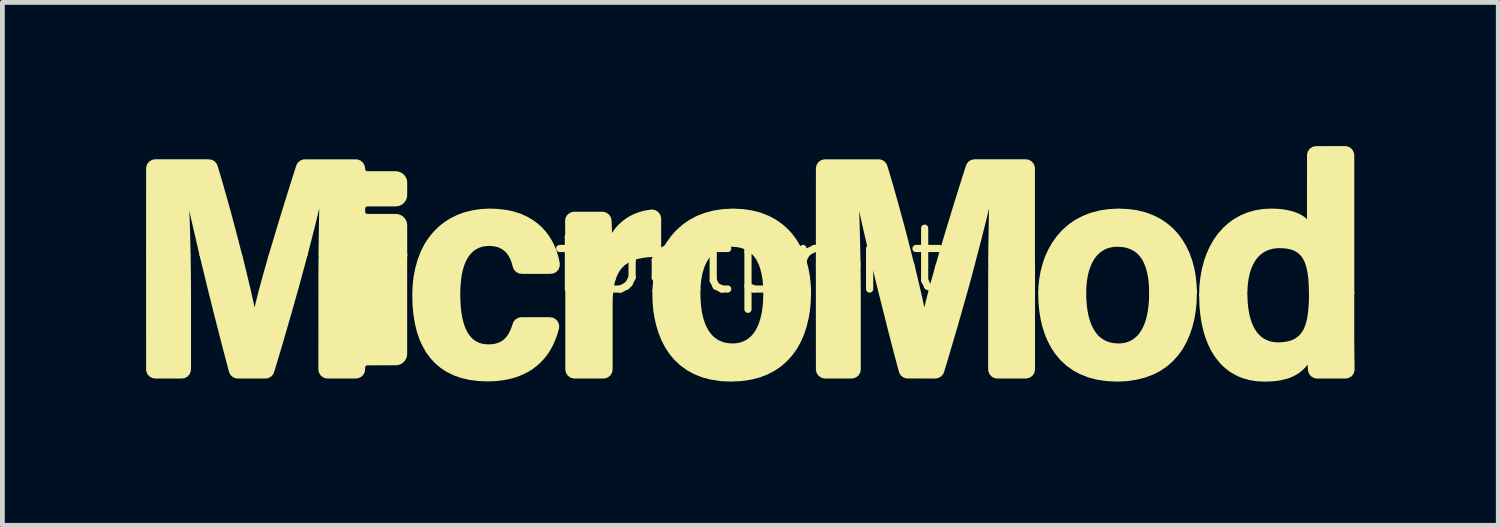
<source format=kicad_pcb>
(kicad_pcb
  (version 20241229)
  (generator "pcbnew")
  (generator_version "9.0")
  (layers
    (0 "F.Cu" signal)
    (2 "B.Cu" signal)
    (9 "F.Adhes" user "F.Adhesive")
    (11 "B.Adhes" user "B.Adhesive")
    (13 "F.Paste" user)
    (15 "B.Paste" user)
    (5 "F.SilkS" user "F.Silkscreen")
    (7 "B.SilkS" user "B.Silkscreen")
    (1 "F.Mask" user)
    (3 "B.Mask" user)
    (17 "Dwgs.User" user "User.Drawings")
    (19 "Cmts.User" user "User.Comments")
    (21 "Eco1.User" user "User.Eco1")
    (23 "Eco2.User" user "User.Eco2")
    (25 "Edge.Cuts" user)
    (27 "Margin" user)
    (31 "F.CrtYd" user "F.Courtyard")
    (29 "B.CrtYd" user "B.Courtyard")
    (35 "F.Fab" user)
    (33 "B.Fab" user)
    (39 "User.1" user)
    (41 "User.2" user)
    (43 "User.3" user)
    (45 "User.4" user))
  (footprint "footprint"
    (layer "F.Cu")
    (at 12.597 2.405)
    (property "Reference" "footprint" (at 0 0 0) (layer "F.SilkS") (effects (font (size 1.27 1.27) (thickness 0.15))))
    (fp_poly (pts (xy 2.325 0.665) (xy 2.325 2.252) (xy 2.316 2.317) (xy 2.281 2.379) (xy 2.227 2.424) (xy 2.161 2.446) (xy 2.1 2.448) (xy 1.565 2.448) (xy 1.5 2.431) (xy 1.442 2.39) (xy 1.402 2.331) (xy 1.388 2.265) (xy 1.387 0.058) (xy 1.472 0.035) (xy 2.32 0.035)) (stroke (width 0) (type solid)) (fill yes) (layer "F.SilkS"))
    (fp_poly (pts (xy 5.963 2.265) (xy 5.948 2.331) (xy 5.909 2.39) (xy 5.85 2.431) (xy 5.784 2.448) (xy 5.192 2.448) (xy 5.128 2.443) (xy 5.064 2.413) (xy 5.015 2.361) (xy 4.988 2.296) (xy 4.984 2.233) (xy 4.984 0.693) (xy 4.986 0.088) (xy 5.045 0.035) (xy 5.963 0.035)) (stroke (width 0) (type solid)) (fill yes) (layer "F.SilkS"))
    (fp_poly (pts (xy -11.667 -0.126) (xy -11.662 0.223) (xy -11.659 0.647) (xy -11.659 2.236) (xy -11.664 2.299) (xy -11.692 2.364) (xy -11.742 2.415) (xy -11.807 2.443) (xy -11.87 2.448) (xy -12.405 2.448) (xy -12.47 2.437) (xy -12.532 2.401) (xy -12.576 2.345) (xy -12.596 2.279) (xy -12.597 -0.16) (xy -11.743 -0.16)) (stroke (width 0) (type solid)) (fill yes) (layer "F.SilkS"))
    (fp_poly (pts (xy -2.827 0.509) (xy -2.842 0.61) (xy -2.851 0.713) (xy -2.853 0.764) (xy -2.856 0.869) (xy -2.856 2.247) (xy -2.863 2.311) (xy -2.896 2.374) (xy -2.949 2.421) (xy -3.015 2.446) (xy -3.077 2.449) (xy -3.666 2.448) (xy -3.732 2.431) (xy -3.79 2.39) (xy -3.83 2.33) (xy -3.844 2.264) (xy -3.844 0.367) (xy -3.757 0.346) (xy -2.788 0.346)) (stroke (width 0) (type solid)) (fill yes) (layer "F.SilkS"))
    (fp_poly (pts (xy -11.289 -2.129) (xy -11.224 -2.119) (xy -11.162 -2.084) (xy -11.118 -2.029) (xy -11.097 -1.97) (xy -10.977 -1.563) (xy -10.862 -1.155) (xy -10.792 -0.9) (xy -10.684 -0.49) (xy -10.579 -0.081) (xy -10.676 -0.06) (xy -11.459 -0.06) (xy -11.485 -0.145) (xy -11.653 -0.868) (xy -11.694 -1.056) (xy -11.687 -0.879) (xy -11.677 -0.561) (xy -11.667 -0.117) (xy -11.723 -0.06) (xy -12.576 -0.06) (xy -12.597 -0.147) (xy -12.596 -1.958) (xy -12.577 -2.024) (xy -12.533 -2.08) (xy -12.473 -2.118) (xy -12.407 -2.13)) (stroke (width 0) (type solid)) (fill yes) (layer "F.SilkS"))
    (fp_poly (pts (xy -7.146 -0.057) (xy -7.146 1.953) (xy -7.16 2.016) (xy -7.192 2.075) (xy -7.238 2.122) (xy -7.296 2.156) (xy -7.36 2.171) (xy -7.987 2.173) (xy -8.01 2.184) (xy -8.022 2.204) (xy -8.023 2.246) (xy -8.031 2.31) (xy -8.063 2.373) (xy -8.115 2.42) (xy -8.18 2.445) (xy -8.242 2.448) (xy -8.772 2.448) (xy -8.832 2.447) (xy -8.898 2.427) (xy -8.953 2.383) (xy -8.989 2.321) (xy -9 2.257) (xy -8.999 0.247) (xy -8.997 -0.076) (xy -8.972 -0.16) (xy -7.142 -0.16)) (stroke (width 0) (type solid)) (fill yes) (layer "F.SilkS"))
    (fp_poly (pts (xy 5.822 -2.123) (xy 5.885 -2.091) (xy 5.933 -2.039) (xy 5.959 -1.973) (xy 5.961 -1.911) (xy 5.961 0.064) (xy 5.921 0.134) (xy 5.004 0.134) (xy 4.985 0.045) (xy 4.989 -0.331) (xy 5.001 -1.02) (xy 5.004 -1.106) (xy 4.944 -0.857) (xy 4.827 -0.394) (xy 4.702 0.081) (xy 4.647 0.134) (xy 3.872 0.134) (xy 3.978 -0.235) (xy 4.099 -0.641) (xy 4.254 -1.148) (xy 4.38 -1.553) (xy 4.527 -2.015) (xy 4.565 -2.072) (xy 4.623 -2.113) (xy 4.69 -2.129) (xy 5.702 -2.13) (xy 5.758 -2.13)) (stroke (width 0) (type solid)) (fill yes) (layer "F.SilkS"))
    (fp_poly (pts (xy 2.752 -2.122) (xy 2.816 -2.089) (xy 2.862 -2.036) (xy 2.885 -1.976) (xy 2.946 -1.772) (xy 3.006 -1.568) (xy 3.12 -1.161) (xy 3.245 -0.701) (xy 3.299 -0.496) (xy 3.457 0.125) (xy 3.348 0.135) (xy 2.566 0.135) (xy 2.447 -0.367) (xy 2.375 -0.676) (xy 2.293 -1.038) (xy 2.29 -1.05) (xy 2.298 -0.863) (xy 2.306 -0.598) (xy 2.32 0.04) (xy 2.309 0.135) (xy 1.458 0.135) (xy 1.387 0.096) (xy 1.388 -1.949) (xy 1.404 -2.015) (xy 1.444 -2.074) (xy 1.503 -2.114) (xy 1.569 -2.129) (xy 2.688 -2.129)) (stroke (width 0) (type solid)) (fill yes) (layer "F.SilkS"))
    (fp_poly (pts (xy 4.644 0.303) (xy 4.574 0.559) (xy 4.357 1.325) (xy 4.132 2.089) (xy 4.069 2.294) (xy 4.047 2.353) (xy 4.001 2.406) (xy 3.938 2.44) (xy 3.873 2.448) (xy 3.279 2.447) (xy 3.212 2.425) (xy 3.157 2.379) (xy 3.124 2.32) (xy 3 1.852) (xy 2.868 1.338) (xy 2.687 0.617) (xy 2.547 0.047) (xy 2.652 0.035) (xy 3.437 0.035) (xy 3.521 0.383) (xy 3.605 0.745) (xy 3.65 0.954) (xy 3.653 0.965) (xy 3.7 0.767) (xy 3.795 0.407) (xy 3.885 0.088) (xy 3.939 0.035) (xy 4.714 0.035)) (stroke (width 0) (type solid)) (fill yes) (layer "F.SilkS"))
    (fp_poly (pts (xy -10.562 -0.021) (xy -10.524 0.133) (xy -10.425 0.545) (xy -10.344 0.906) (xy -10.332 0.966) (xy -10.322 0.921) (xy -10.245 0.612) (xy -10.147 0.255) (xy -10.04 -0.118) (xy -9.977 -0.16) (xy -9.325 -0.16) (xy -9.222 -0.144) (xy -9.402 0.521) (xy -9.56 1.081) (xy -9.766 1.791) (xy -9.919 2.299) (xy -9.943 2.358) (xy -9.991 2.411) (xy -10.054 2.442) (xy -10.118 2.448) (xy -10.649 2.448) (xy -10.711 2.447) (xy -10.776 2.424) (xy -10.831 2.378) (xy -10.863 2.318) (xy -10.986 1.853) (xy -11.17 1.137) (xy -11.311 0.573) (xy -11.486 -0.15) (xy -11.38 -0.16) (xy -10.6 -0.16)) (stroke (width 0) (type solid)) (fill yes) (layer "F.SilkS"))
    (fp_poly (pts (xy -8.181 -2.126) (xy -8.116 -2.101) (xy -8.063 -2.053) (xy -8.031 -1.99) (xy -8.024 -1.932) (xy -8.017 -1.899) (xy -8.001 -1.885) (xy -7.967 -1.881) (xy -7.386 -1.88) (xy -7.324 -1.873) (xy -7.263 -1.847) (xy -7.211 -1.806) (xy -7.172 -1.752) (xy -7.149 -1.689) (xy -7.145 -1.628) (xy -7.145 -1.414) (xy -7.147 -1.355) (xy -7.163 -1.291) (xy -7.198 -1.234) (xy -7.246 -1.189) (xy -7.306 -1.158) (xy -7.369 -1.146) (xy -7.954 -1.145) (xy -7.993 -1.143) (xy -8.012 -1.131) (xy -8.023 -1.107) (xy -8.022 -1.024) (xy -8.011 -1.001) (xy -7.99 -0.99) (xy -7.95 -0.989) (xy -7.363 -0.988) (xy -7.3 -0.974) (xy -7.241 -0.942) (xy -7.194 -0.895) (xy -7.161 -0.836) (xy -7.146 -0.773) (xy -7.145 -0.715) (xy -7.145 -0.107) (xy -7.209 -0.06) (xy -8.933 -0.06) (xy -8.998 -0.107) (xy -8.988 -0.768) (xy -8.981 -1.104) (xy -9.043 -0.847) (xy -9.146 -0.436) (xy -9.229 -0.117) (xy -9.281 -0.06) (xy -10.058 -0.06) (xy -9.795 -0.935) (xy -9.654 -1.39) (xy -9.462 -1.999) (xy -9.43 -2.058) (xy -9.376 -2.104) (xy -9.31 -2.127) (xy -9.249 -2.128) (xy -8.243 -2.128)) (stroke (width 0) (type solid)) (fill yes) (layer "F.SilkS"))
    (fp_poly (pts (xy -1.966 -1.068) (xy -1.906 -1.031) (xy -1.863 -0.974) (xy -1.843 -0.908) (xy -1.843 -0.259) (xy -1.864 -0.193) (xy -1.908 -0.137) (xy -1.969 -0.101) (xy -2.032 -0.089) (xy -2.139 -0.082) (xy -2.24 -0.069) (xy -2.339 -0.047) (xy -2.387 -0.033) (xy -2.434 -0.016) (xy -2.479 0.003) (xy -2.522 0.026) (xy -2.564 0.053) (xy -2.602 0.081) (xy -2.637 0.114) (xy -2.671 0.15) (xy -2.7 0.188) (xy -2.726 0.229) (xy -2.75 0.273) (xy -2.77 0.318) (xy -2.818 0.446) (xy -3.758 0.446) (xy -3.842 0.422) (xy -3.844 -0.461) (xy -3.849 -0.833) (xy -3.842 -0.898) (xy -3.809 -0.961) (xy -3.755 -1.008) (xy -3.69 -1.032) (xy -3.628 -1.034) (xy -3.097 -1.034) (xy -3.035 -1.031) (xy -2.97 -1.006) (xy -2.917 -0.959) (xy -2.885 -0.896) (xy -2.877 -0.833) (xy -2.871 -0.672) (xy -2.87 -0.591) (xy -2.869 -0.592) (xy -2.838 -0.638) (xy -2.805 -0.682) (xy -2.77 -0.725) (xy -2.731 -0.765) (xy -2.691 -0.803) (xy -2.649 -0.839) (xy -2.605 -0.873) (xy -2.559 -0.905) (xy -2.512 -0.934) (xy -2.463 -0.96) (xy -2.413 -0.984) (xy -2.362 -1.005) (xy -2.31 -1.024) (xy -2.257 -1.04) (xy -2.204 -1.053) (xy -2.15 -1.065) (xy -2.035 -1.081)) (stroke (width 0) (type solid)) (fill yes) (layer "F.SilkS"))
    (fp_poly (pts (xy 9.337 0.854) (xy 9.321 1.015) (xy 9.296 1.175) (xy 9.285 1.229) (xy 9.245 1.386) (xy 9.192 1.54) (xy 9.126 1.689) (xy 9.046 1.832) (xy 8.95 1.966) (xy 8.839 2.088) (xy 8.715 2.196) (xy 8.579 2.288) (xy 8.433 2.364) (xy 8.28 2.422) (xy 8.226 2.438) (xy 8.069 2.476) (xy 7.908 2.5) (xy 7.853 2.504) (xy 7.691 2.512) (xy 7.636 2.511) (xy 7.475 2.503) (xy 7.42 2.497) (xy 7.26 2.473) (xy 7.102 2.432) (xy 7.049 2.415) (xy 6.897 2.354) (xy 6.752 2.275) (xy 6.618 2.179) (xy 6.497 2.067) (xy 6.391 1.941) (xy 6.3 1.805) (xy 6.224 1.66) (xy 6.162 1.509) (xy 6.113 1.353) (xy 6.077 1.195) (xy 6.052 1.035) (xy 6.036 0.874) (xy 6.034 0.82) (xy 6.029 0.63) (xy 6.101 0.59) (xy 6.988 0.59) (xy 7.032 0.656) (xy 7.034 0.775) (xy 7.046 0.93) (xy 7.059 1.032) (xy 7.079 1.133) (xy 7.092 1.182) (xy 7.106 1.231) (xy 7.122 1.279) (xy 7.141 1.326) (xy 7.161 1.371) (xy 7.21 1.459) (xy 7.239 1.498) (xy 7.271 1.536) (xy 7.304 1.571) (xy 7.341 1.601) (xy 7.381 1.629) (xy 7.423 1.654) (xy 7.466 1.673) (xy 7.513 1.689) (xy 7.56 1.701) (xy 7.607 1.709) (xy 7.707 1.716) (xy 7.756 1.714) (xy 7.805 1.708) (xy 7.852 1.699) (xy 7.898 1.685) (xy 7.943 1.666) (xy 7.986 1.644) (xy 8.026 1.619) (xy 8.063 1.588) (xy 8.099 1.554) (xy 8.131 1.519) (xy 8.159 1.479) (xy 8.186 1.437) (xy 8.21 1.394) (xy 8.251 1.301) (xy 8.267 1.254) (xy 8.282 1.205) (xy 8.294 1.156) (xy 8.315 1.055) (xy 8.323 1.005) (xy 8.335 0.902) (xy 8.343 0.799) (xy 8.346 0.595) (xy 8.444 0.59) (xy 9.344 0.59)) (stroke (width 0) (type solid)) (fill yes) (layer "F.SilkS"))
    (fp_poly (pts (xy 12.482 -2.4) (xy 12.546 -2.371) (xy 12.596 -2.32) (xy 12.624 -2.256) (xy 12.629 -2.193) (xy 12.629 0.682) (xy 12.575 0.74) (xy 11.743 0.74) (xy 11.682 0.69) (xy 11.68 0.562) (xy 11.676 0.458) (xy 11.668 0.355) (xy 11.655 0.252) (xy 11.635 0.152) (xy 11.607 0.056) (xy 11.589 0.01) (xy 11.568 -0.033) (xy 11.543 -0.075) (xy 11.516 -0.113) (xy 11.483 -0.146) (xy 11.447 -0.176) (xy 11.407 -0.202) (xy 11.365 -0.224) (xy 11.321 -0.24) (xy 11.273 -0.253) (xy 11.225 -0.263) (xy 11.176 -0.269) (xy 11.075 -0.274) (xy 11.025 -0.272) (xy 10.976 -0.268) (xy 10.927 -0.261) (xy 10.88 -0.248) (xy 10.834 -0.233) (xy 10.789 -0.215) (xy 10.747 -0.192) (xy 10.707 -0.165) (xy 10.668 -0.135) (xy 10.633 -0.102) (xy 10.601 -0.065) (xy 10.571 -0.026) (xy 10.545 0.015) (xy 10.499 0.104) (xy 10.48 0.15) (xy 10.449 0.246) (xy 10.426 0.345) (xy 10.41 0.446) (xy 10.401 0.549) (xy 10.397 0.661) (xy 10.368 0.74) (xy 9.485 0.74) (xy 9.389 0.73) (xy 9.395 0.523) (xy 9.412 0.362) (xy 9.42 0.308) (xy 9.45 0.15) (xy 9.491 -0.007) (xy 9.545 -0.161) (xy 9.612 -0.309) (xy 9.693 -0.451) (xy 9.789 -0.585) (xy 9.899 -0.706) (xy 9.98 -0.779) (xy 10.023 -0.814) (xy 10.112 -0.878) (xy 10.16 -0.907) (xy 10.255 -0.959) (xy 10.307 -0.981) (xy 10.408 -1.022) (xy 10.566 -1.066) (xy 10.728 -1.091) (xy 10.891 -1.1) (xy 11 -1.097) (xy 11.108 -1.088) (xy 11.162 -1.081) (xy 11.217 -1.072) (xy 11.323 -1.047) (xy 11.376 -1.031) (xy 11.429 -1.012) (xy 11.48 -0.989) (xy 11.53 -0.963) (xy 11.578 -0.932) (xy 11.624 -0.897) (xy 11.641 -0.881) (xy 11.642 -2.232) (xy 11.662 -2.299) (xy 11.705 -2.355) (xy 11.765 -2.392) (xy 11.831 -2.404) (xy 12.419 -2.405)) (stroke (width 0) (type solid)) (fill yes) (layer "F.SilkS"))
    (fp_poly (pts (xy -0.122 -1.088) (xy 0.04 -1.064) (xy 0.198 -1.025) (xy 0.251 -1.009) (xy 0.352 -0.97) (xy 0.404 -0.948) (xy 0.5 -0.898) (xy 0.549 -0.871) (xy 0.639 -0.81) (xy 0.684 -0.777) (xy 0.767 -0.705) (xy 0.807 -0.667) (xy 0.881 -0.587) (xy 0.916 -0.543) (xy 0.981 -0.455) (xy 1.065 -0.315) (xy 1.135 -0.166) (xy 1.19 -0.013) (xy 1.232 0.145) (xy 1.261 0.305) (xy 1.279 0.466) (xy 1.285 0.598) (xy 1.225 0.651) (xy 0.331 0.651) (xy 0.289 0.584) (xy 0.282 0.466) (xy 0.271 0.364) (xy 0.253 0.263) (xy 0.228 0.164) (xy 0.195 0.068) (xy 0.174 0.024) (xy 0.151 -0.021) (xy 0.126 -0.062) (xy 0.096 -0.101) (xy 0.064 -0.138) (xy 0.029 -0.171) (xy -0.009 -0.2) (xy -0.05 -0.226) (xy -0.093 -0.248) (xy -0.137 -0.266) (xy -0.184 -0.28) (xy -0.233 -0.291) (xy -0.281 -0.298) (xy -0.382 -0.303) (xy -0.43 -0.3) (xy -0.48 -0.294) (xy -0.527 -0.286) (xy -0.573 -0.272) (xy -0.619 -0.253) (xy -0.662 -0.232) (xy -0.703 -0.207) (xy -0.74 -0.177) (xy -0.777 -0.143) (xy -0.81 -0.108) (xy -0.839 -0.069) (xy -0.867 -0.027) (xy -0.892 0.015) (xy -0.914 0.06) (xy -0.934 0.106) (xy -0.951 0.154) (xy -0.966 0.202) (xy -0.98 0.251) (xy -1 0.351) (xy -1.014 0.453) (xy -1.022 0.559) (xy -1.036 0.65) (xy -1.93 0.65) (xy -2.026 0.638) (xy -2.017 0.484) (xy -2.005 0.376) (xy -1.977 0.216) (xy -1.937 0.059) (xy -1.92 0.006) (xy -1.883 -0.096) (xy -1.862 -0.146) (xy -1.816 -0.245) (xy -1.79 -0.293) (xy -1.735 -0.388) (xy -1.64 -0.521) (xy -1.531 -0.644) (xy -1.409 -0.754) (xy -1.364 -0.788) (xy -1.275 -0.85) (xy -1.227 -0.878) (xy -1.132 -0.929) (xy -1.081 -0.953) (xy -0.981 -0.992) (xy -0.928 -1.012) (xy -0.771 -1.054) (xy -0.716 -1.065) (xy -0.556 -1.089) (xy -0.339 -1.1)) (stroke (width 0) (type solid)) (fill yes) (layer "F.SilkS"))
    (fp_poly (pts (xy -6.034 0.55) (xy -6.036 0.602) (xy -6.037 0.706) (xy -6.035 0.81) (xy -6.025 0.966) (xy -6.013 1.069) (xy -5.996 1.171) (xy -5.972 1.27) (xy -5.941 1.367) (xy -5.921 1.413) (xy -5.899 1.458) (xy -5.876 1.501) (xy -5.849 1.541) (xy -5.818 1.579) (xy -5.785 1.614) (xy -5.749 1.644) (xy -5.709 1.67) (xy -5.666 1.692) (xy -5.622 1.709) (xy -5.576 1.722) (xy -5.528 1.73) (xy -5.479 1.734) (xy -5.43 1.734) (xy -5.381 1.732) (xy -5.332 1.725) (xy -5.285 1.715) (xy -5.24 1.7) (xy -5.197 1.68) (xy -5.157 1.656) (xy -5.12 1.627) (xy -5.087 1.593) (xy -5.057 1.556) (xy -5.03 1.516) (xy -5.007 1.472) (xy -4.987 1.427) (xy -4.968 1.38) (xy -4.931 1.273) (xy -4.889 1.217) (xy -4.828 1.18) (xy -4.763 1.168) (xy -4.172 1.168) (xy -4.108 1.176) (xy -4.045 1.209) (xy -3.998 1.262) (xy -3.973 1.329) (xy -3.974 1.397) (xy -4.004 1.507) (xy -4.04 1.61) (xy -4.082 1.711) (xy -4.106 1.761) (xy -4.158 1.856) (xy -4.188 1.903) (xy -4.219 1.949) (xy -4.287 2.035) (xy -4.362 2.115) (xy -4.444 2.189) (xy -4.533 2.255) (xy -4.58 2.284) (xy -4.627 2.313) (xy -4.725 2.361) (xy -4.776 2.384) (xy -4.878 2.422) (xy -4.983 2.452) (xy -5.037 2.464) (xy -5.144 2.484) (xy -5.306 2.503) (xy -5.468 2.508) (xy -5.63 2.502) (xy -5.685 2.497) (xy -5.846 2.476) (xy -6.006 2.44) (xy -6.162 2.387) (xy -6.31 2.316) (xy -6.403 2.257) (xy -6.449 2.225) (xy -6.534 2.155) (xy -6.574 2.117) (xy -6.65 2.037) (xy -6.749 1.905) (xy -6.83 1.762) (xy -6.875 1.663) (xy -6.896 1.611) (xy -6.947 1.457) (xy -6.985 1.298) (xy -7.011 1.139) (xy -7.018 1.085) (xy -7.033 0.924) (xy -7.039 0.709) (xy -7.034 0.548) (xy -7.03 0.493) (xy -7.02 0.397) (xy -6.926 0.392) (xy -6.023 0.392)) (stroke (width 0) (type solid)) (fill yes) (layer "F.SilkS"))
    (fp_poly (pts (xy -5.251 -1.093) (xy -5.091 -1.074) (xy -5.036 -1.064) (xy -4.93 -1.041) (xy -4.878 -1.025) (xy -4.774 -0.992) (xy -4.674 -0.947) (xy -4.624 -0.922) (xy -4.53 -0.867) (xy -4.44 -0.803) (xy -4.398 -0.767) (xy -4.357 -0.731) (xy -4.317 -0.692) (xy -4.245 -0.61) (xy -4.211 -0.566) (xy -4.179 -0.521) (xy -4.122 -0.428) (xy -4.072 -0.33) (xy -4.031 -0.229) (xy -4.013 -0.177) (xy -3.983 -0.072) (xy -3.96 0.038) (xy -3.961 0.105) (xy -3.986 0.171) (xy -4.034 0.224) (xy -4.097 0.256) (xy -4.161 0.263) (xy -4.748 0.263) (xy -4.812 0.255) (xy -4.875 0.221) (xy -4.921 0.168) (xy -4.943 0.108) (xy -4.957 0.055) (xy -4.972 0.008) (xy -4.989 -0.038) (xy -5.011 -0.082) (xy -5.035 -0.124) (xy -5.063 -0.162) (xy -5.095 -0.197) (xy -5.13 -0.228) (xy -5.169 -0.255) (xy -5.21 -0.277) (xy -5.255 -0.294) (xy -5.301 -0.306) (xy -5.348 -0.315) (xy -5.397 -0.319) (xy -5.446 -0.32) (xy -5.495 -0.317) (xy -5.543 -0.31) (xy -5.59 -0.3) (xy -5.635 -0.285) (xy -5.679 -0.265) (xy -5.721 -0.241) (xy -5.759 -0.214) (xy -5.794 -0.182) (xy -5.827 -0.146) (xy -5.857 -0.108) (xy -5.884 -0.067) (xy -5.907 -0.023) (xy -5.929 0.021) (xy -5.948 0.068) (xy -5.964 0.116) (xy -5.979 0.164) (xy -6.002 0.263) (xy -6.018 0.364) (xy -6.025 0.43) (xy -6.073 0.492) (xy -6.96 0.492) (xy -7.025 0.443) (xy -7.009 0.308) (xy -6.978 0.149) (xy -6.935 -0.007) (xy -6.918 -0.06) (xy -6.879 -0.16) (xy -6.858 -0.211) (xy -6.81 -0.308) (xy -6.784 -0.356) (xy -6.726 -0.448) (xy -6.694 -0.494) (xy -6.627 -0.579) (xy -6.59 -0.62) (xy -6.514 -0.698) (xy -6.473 -0.735) (xy -6.388 -0.803) (xy -6.342 -0.835) (xy -6.25 -0.893) (xy -6.104 -0.966) (xy -6.052 -0.986) (xy -5.949 -1.023) (xy -5.792 -1.062) (xy -5.737 -1.072) (xy -5.631 -1.087) (xy -5.576 -1.092) (xy -5.414 -1.1)) (stroke (width 0) (type solid)) (fill yes) (layer "F.SilkS"))
    (fp_poly (pts (xy 7.933 -1.088) (xy 8.095 -1.065) (xy 8.253 -1.026) (xy 8.307 -1.009) (xy 8.408 -0.97) (xy 8.459 -0.949) (xy 8.556 -0.899) (xy 8.605 -0.872) (xy 8.695 -0.81) (xy 8.74 -0.777) (xy 8.823 -0.706) (xy 8.863 -0.667) (xy 8.937 -0.587) (xy 8.972 -0.544) (xy 9.037 -0.456) (xy 9.121 -0.316) (xy 9.191 -0.167) (xy 9.246 -0.014) (xy 9.288 0.144) (xy 9.298 0.198) (xy 9.317 0.304) (xy 9.335 0.465) (xy 9.344 0.665) (xy 9.258 0.69) (xy 8.362 0.69) (xy 8.345 0.6) (xy 8.343 0.544) (xy 8.336 0.441) (xy 8.33 0.39) (xy 8.323 0.339) (xy 8.304 0.238) (xy 8.277 0.14) (xy 8.26 0.093) (xy 8.241 0.046) (xy 8.22 0.002) (xy 8.195 -0.041) (xy 8.167 -0.082) (xy 8.137 -0.12) (xy 8.103 -0.154) (xy 8.066 -0.186) (xy 8.027 -0.214) (xy 7.986 -0.237) (xy 7.941 -0.257) (xy 7.895 -0.273) (xy 7.848 -0.286) (xy 7.799 -0.294) (xy 7.75 -0.3) (xy 7.7 -0.302) (xy 7.65 -0.302) (xy 7.601 -0.299) (xy 7.554 -0.29) (xy 7.506 -0.279) (xy 7.46 -0.264) (xy 7.416 -0.244) (xy 7.374 -0.219) (xy 7.334 -0.192) (xy 7.297 -0.161) (xy 7.263 -0.127) (xy 7.231 -0.089) (xy 7.202 -0.049) (xy 7.177 -0.007) (xy 7.153 0.037) (xy 7.132 0.082) (xy 7.097 0.178) (xy 7.083 0.226) (xy 7.06 0.326) (xy 7.045 0.427) (xy 7.036 0.53) (xy 7.031 0.676) (xy 6.94 0.69) (xy 6.044 0.69) (xy 6.032 0.596) (xy 6.034 0.538) (xy 6.05 0.377) (xy 6.059 0.322) (xy 6.078 0.216) (xy 6.119 0.059) (xy 6.136 0.006) (xy 6.172 -0.096) (xy 6.194 -0.146) (xy 6.239 -0.245) (xy 6.266 -0.293) (xy 6.321 -0.388) (xy 6.415 -0.521) (xy 6.524 -0.644) (xy 6.646 -0.754) (xy 6.691 -0.788) (xy 6.78 -0.85) (xy 6.828 -0.878) (xy 6.924 -0.929) (xy 6.974 -0.953) (xy 7.075 -0.993) (xy 7.127 -1.012) (xy 7.285 -1.054) (xy 7.339 -1.065) (xy 7.5 -1.089) (xy 7.717 -1.1)) (stroke (width 0) (type solid)) (fill yes) (layer "F.SilkS"))
    (fp_poly (pts (xy -1.022 0.56) (xy -1.024 0.658) (xy -1.022 0.762) (xy -1.011 0.918) (xy -0.999 1.02) (xy -0.98 1.12) (xy -0.954 1.219) (xy -0.92 1.315) (xy -0.9 1.36) (xy -0.877 1.405) (xy -0.852 1.448) (xy -0.824 1.488) (xy -0.793 1.527) (xy -0.76 1.562) (xy -0.724 1.594) (xy -0.685 1.623) (xy -0.644 1.648) (xy -0.601 1.668) (xy -0.555 1.685) (xy -0.508 1.699) (xy -0.461 1.707) (xy -0.411 1.713) (xy -0.362 1.716) (xy -0.313 1.714) (xy -0.263 1.71) (xy -0.216 1.701) (xy -0.169 1.688) (xy -0.124 1.671) (xy -0.081 1.651) (xy -0.041 1.626) (xy -0.002 1.596) (xy 0.034 1.564) (xy 0.067 1.528) (xy 0.096 1.489) (xy 0.124 1.448) (xy 0.148 1.406) (xy 0.19 1.314) (xy 0.223 1.218) (xy 0.248 1.119) (xy 0.257 1.069) (xy 0.266 1.018) (xy 0.279 0.916) (xy 0.286 0.812) (xy 0.29 0.656) (xy 0.288 0.556) (xy 0.388 0.55) (xy 1.284 0.55) (xy 1.287 0.654) (xy 1.282 0.814) (xy 1.279 0.869) (xy 1.264 1.029) (xy 1.237 1.189) (xy 1.199 1.346) (xy 1.184 1.399) (xy 1.15 1.501) (xy 1.13 1.553) (xy 1.087 1.652) (xy 1.063 1.702) (xy 1.01 1.796) (xy 0.981 1.844) (xy 0.918 1.932) (xy 0.884 1.976) (xy 0.811 2.057) (xy 0.772 2.097) (xy 0.691 2.169) (xy 0.647 2.204) (xy 0.557 2.265) (xy 0.51 2.295) (xy 0.364 2.369) (xy 0.21 2.427) (xy 0.053 2.467) (xy -0.002 2.478) (xy -0.163 2.501) (xy -0.378 2.512) (xy -0.595 2.503) (xy -0.809 2.47) (xy -0.967 2.429) (xy -1.02 2.41) (xy -1.12 2.37) (xy -1.172 2.347) (xy -1.315 2.268) (xy -1.448 2.17) (xy -1.567 2.057) (xy -1.638 1.974) (xy -1.673 1.93) (xy -1.733 1.84) (xy -1.762 1.793) (xy -1.813 1.697) (xy -1.837 1.647) (xy -1.898 1.496) (xy -1.946 1.341) (xy -1.982 1.183) (xy -2.007 1.023) (xy -2.021 0.861) (xy -2.026 0.7) (xy -2.026 0.642) (xy -2.01 0.55) (xy -1.119 0.55)) (stroke (width 0) (type solid)) (fill yes) (layer "F.SilkS"))
    (fp_poly (pts (xy 12.628 0.796) (xy 12.628 1.588) (xy 12.63 1.852) (xy 12.635 2.222) (xy 12.634 2.284) (xy 12.613 2.35) (xy 12.567 2.405) (xy 12.505 2.439) (xy 12.44 2.449) (xy 11.851 2.449) (xy 11.785 2.437) (xy 11.725 2.4) (xy 11.681 2.344) (xy 11.662 2.279) (xy 11.654 2.158) (xy 11.62 2.2) (xy 11.582 2.241) (xy 11.541 2.28) (xy 11.498 2.316) (xy 11.451 2.348) (xy 11.403 2.377) (xy 11.353 2.402) (xy 11.302 2.425) (xy 11.25 2.444) (xy 11.196 2.46) (xy 11.09 2.485) (xy 11.035 2.494) (xy 10.927 2.506) (xy 10.873 2.509) (xy 10.764 2.513) (xy 10.602 2.506) (xy 10.547 2.498) (xy 10.439 2.481) (xy 10.281 2.435) (xy 10.179 2.391) (xy 10.13 2.365) (xy 10.035 2.31) (xy 9.947 2.242) (xy 9.905 2.206) (xy 9.826 2.129) (xy 9.724 2.001) (xy 9.665 1.908) (xy 9.637 1.86) (xy 9.589 1.763) (xy 9.567 1.713) (xy 9.527 1.612) (xy 9.479 1.457) (xy 9.443 1.299) (xy 9.433 1.246) (xy 9.41 1.086) (xy 9.396 0.926) (xy 9.389 0.685) (xy 9.457 0.64) (xy 10.334 0.64) (xy 10.397 0.687) (xy 10.401 0.816) (xy 10.404 0.868) (xy 10.409 0.919) (xy 10.422 1.021) (xy 10.441 1.121) (xy 10.468 1.22) (xy 10.483 1.268) (xy 10.502 1.315) (xy 10.522 1.36) (xy 10.545 1.404) (xy 10.572 1.446) (xy 10.599 1.486) (xy 10.631 1.523) (xy 10.666 1.557) (xy 10.702 1.588) (xy 10.742 1.615) (xy 10.784 1.638) (xy 10.829 1.657) (xy 10.874 1.672) (xy 10.922 1.682) (xy 10.97 1.689) (xy 11.019 1.692) (xy 11.069 1.692) (xy 11.119 1.69) (xy 11.219 1.677) (xy 11.266 1.665) (xy 11.313 1.651) (xy 11.357 1.633) (xy 11.399 1.61) (xy 11.438 1.583) (xy 11.474 1.553) (xy 11.506 1.518) (xy 11.535 1.479) (xy 11.561 1.439) (xy 11.582 1.395) (xy 11.601 1.349) (xy 11.617 1.302) (xy 11.642 1.204) (xy 11.651 1.155) (xy 11.665 1.052) (xy 11.674 0.949) (xy 11.68 0.845) (xy 11.685 0.64) (xy 12.63 0.64)) (stroke (width 0) (type solid)) (fill yes) (layer "F.SilkS")))
  (gr_rect
    (start -3 -3)
    (end 28.232 7.918)
    (stroke (width 0.1) (type default))
    (fill no)
    (layer "Edge.Cuts")))
</source>
